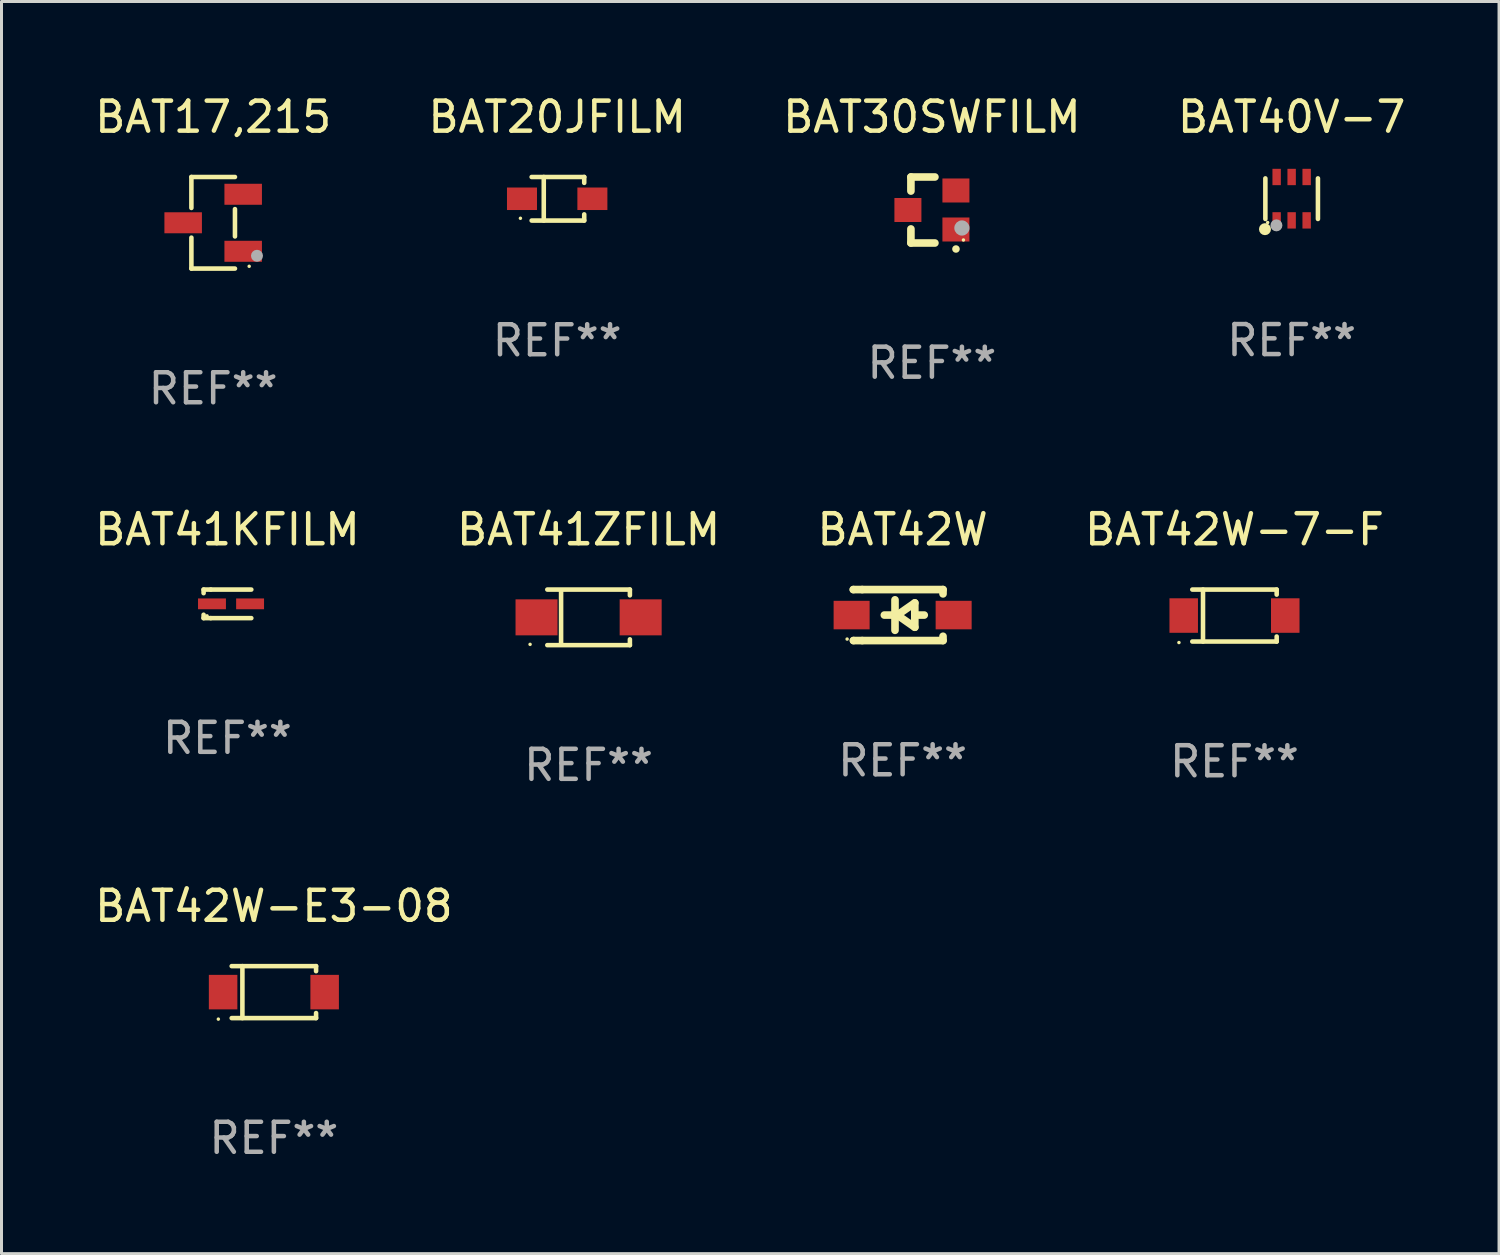
<source format=kicad_pcb>
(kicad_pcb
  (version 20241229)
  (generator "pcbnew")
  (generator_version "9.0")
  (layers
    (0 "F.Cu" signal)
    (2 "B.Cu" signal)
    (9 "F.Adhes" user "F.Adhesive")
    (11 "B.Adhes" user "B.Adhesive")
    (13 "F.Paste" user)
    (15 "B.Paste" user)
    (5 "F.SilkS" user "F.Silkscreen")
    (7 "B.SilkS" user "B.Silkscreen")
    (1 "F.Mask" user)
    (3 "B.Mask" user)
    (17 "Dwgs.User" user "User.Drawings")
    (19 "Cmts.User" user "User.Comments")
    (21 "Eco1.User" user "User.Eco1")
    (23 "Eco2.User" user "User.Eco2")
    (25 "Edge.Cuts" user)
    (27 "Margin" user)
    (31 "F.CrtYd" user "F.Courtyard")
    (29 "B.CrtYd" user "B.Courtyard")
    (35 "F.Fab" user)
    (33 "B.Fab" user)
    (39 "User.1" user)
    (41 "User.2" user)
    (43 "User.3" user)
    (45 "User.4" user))
  (footprint "BAT17,215"
    (layer "F.Cu")
    (at 4.054 4.374)
    (property "Reference" "BAT17,215" (at 0 -3.526 0) (layer "F.SilkS") (effects (font (size 1 1) (thickness 0.15))))
    (attr through_hole)
    (fp_line (start -0.726 -1.526) (end -0.726 -0.495) (stroke (width 0.152) (type solid)) (layer "F.SilkS"))
    (fp_line (start -0.726 1.526) (end -0.726 0.495) (stroke (width 0.152) (type solid)) (layer "F.SilkS"))
    (fp_line (start 0.726 -1.526) (end -0.726 -1.526) (stroke (width 0.152) (type solid)) (layer "F.SilkS"))
    (fp_line (start 0.726 -0.455) (end 0.726 0.455) (stroke (width 0.152) (type solid)) (layer "F.SilkS"))
    (fp_line (start 0.726 1.526) (end -0.726 1.526) (stroke (width 0.152) (type solid)) (layer "F.SilkS"))
    (fp_circle (center 1.2 1.45) (end 1.23 1.45) (stroke (width 0.06) (type solid)) (fill no) (layer "F.SilkS"))
    (fp_circle (center 1.46 1.1) (end 1.56 1.1) (stroke (width 0.2) (type solid)) (fill no) (layer "F.Fab"))
    (fp_text user "REF**" (at 0 5.526 0) (layer "F.Fab") (effects (font (size 1 1) (thickness 0.15))))
    (pad "1" smd rect (at 1 0.95) (size 1.25 0.7) (layers "F.Cu" "F.Mask" "F.Paste"))
    (pad "2" smd rect (at 1 -0.95) (size 1.25 0.7) (layers "F.Cu" "F.Mask" "F.Paste"))
    (pad "3" smd rect (at -1 0) (size 1.25 0.7) (layers "F.Cu" "F.Mask" "F.Paste")))
  (footprint "BAT30SWFILM"
    (layer "F.Cu")
    (at 28.006 3.948)
    (property "Reference" "BAT30SWFILM" (at 0 -3.1 0) (layer "F.SilkS") (effects (font (size 1 1) (thickness 0.15))))
    (attr through_hole)
    (fp_line (start -0.7 -1.1) (end 0.1 -1.1) (stroke (width 0.254) (type solid)) (layer "F.SilkS"))
    (fp_line (start -0.7 -0.631) (end -0.7 -1.1) (stroke (width 0.254) (type solid)) (layer "F.SilkS"))
    (fp_line (start -0.7 1.1) (end -0.7 0.631) (stroke (width 0.254) (type solid)) (layer "F.SilkS"))
    (fp_line (start -0.7 1.1) (end 0.1 1.1) (stroke (width 0.254) (type solid)) (layer "F.SilkS"))
    (fp_arc (start 0.8 1.3) (mid 0.80127 1.299994) (end 0.80254 1.3) (stroke (width 0.24892) (type solid)) (layer "F.SilkS"))
    (fp_circle (center 1.05 1) (end 1.08 1) (stroke (width 0.06) (type solid)) (fill no) (layer "F.SilkS"))
    (fp_circle (center 1 0.6) (end 1.127 0.6) (stroke (width 0.254) (type solid)) (fill no) (layer "F.Fab"))
    (fp_text user "REF**" (at 0 5.1 0) (layer "F.Fab") (effects (font (size 1 1) (thickness 0.15))))
    (pad "1" smd rect (at 0.8 0.65 90) (size 0.8 0.9) (layers "F.Cu" "F.Mask" "F.Paste"))
    (pad "2" smd rect (at 0.8 -0.65 90) (size 0.8 0.9) (layers "F.Cu" "F.Mask" "F.Paste"))
    (pad "3" smd rect (at -0.8 0 90) (size 0.8 0.9) (layers "F.Cu" "F.Mask" "F.Paste")))
  (footprint "BAT42W"
    (layer "F.Cu")
    (at 27.03 17.447)
    (property "Reference" "BAT42W" (at 0 -2.85 0) (layer "F.SilkS") (effects (font (size 1 1) (thickness 0.15))))
    (attr through_hole)
    (fp_line (start -1.643 -0.85) (end -1.644 -0.849) (stroke (width 0.254) (type solid)) (layer "F.SilkS"))
    (fp_line (start -1.638 0.85) (end -1.639 0.849) (stroke (width 0.254) (type solid)) (layer "F.SilkS"))
    (fp_line (start -1.346 -0.85) (end -1.643 -0.85) (stroke (width 0.254) (type solid)) (layer "F.SilkS"))
    (fp_line (start -1.346 -0.85) (end 1.346 -0.85) (stroke (width 0.254) (type solid)) (layer "F.SilkS"))
    (fp_line (start -1.346 0.85) (end -1.638 0.85) (stroke (width 0.254) (type solid)) (layer "F.SilkS"))
    (fp_line (start -0.28 0) (end -0.61 0) (stroke (width 0.254) (type solid)) (layer "F.SilkS"))
    (fp_line (start -0.254 -0.508) (end -0.254 0.508) (stroke (width 0.254) (type solid)) (layer "F.SilkS"))
    (fp_line (start -0.178 0) (end 0.406 -0.406) (stroke (width 0.254) (type solid)) (layer "F.SilkS"))
    (fp_line (start 0.406 -0.406) (end 0.406 0.406) (stroke (width 0.254) (type solid)) (layer "F.SilkS"))
    (fp_line (start 0.406 -0.000254) (end 0.72 -0.000254) (stroke (width 0.254) (type solid)) (layer "F.SilkS"))
    (fp_line (start 0.406 0.406) (end -0.178 0) (stroke (width 0.254) (type solid)) (layer "F.SilkS"))
    (fp_line (start 1.346 -0.85) (end 1.346 -0.706) (stroke (width 0.254) (type solid)) (layer "F.SilkS"))
    (fp_line (start 1.346 0.706) (end 1.346 0.85) (stroke (width 0.254) (type solid)) (layer "F.SilkS"))
    (fp_line (start 1.346 0.85) (end -1.346 0.85) (stroke (width 0.254) (type solid)) (layer "F.SilkS"))
    (fp_circle (center -1.85 0.8) (end -1.82 0.8) (stroke (width 0.06) (type solid)) (fill no) (layer "F.SilkS"))
    (fp_text user "REF**" (at 0 4.85 0) (layer "F.Fab") (effects (font (size 1 1) (thickness 0.15))))
    (pad "1" smd rect (at -1.7 0) (size 1.2 0.95) (layers "F.Cu" "F.Mask" "F.Paste"))
    (pad "2" smd rect (at 1.7 0) (size 1.2 0.95) (layers "F.Cu" "F.Mask" "F.Paste")))
  (footprint "BAT42W-7-F"
    (layer "F.Cu")
    (at 38.089 17.463)
    (property "Reference" "BAT42W-7-F" (at 0 -2.866 0) (layer "F.SilkS") (effects (font (size 1 1) (thickness 0.15))))
    (attr through_hole)
    (fp_line (start -1.406 -0.866) (end 1.406 -0.866) (stroke (width 0.152) (type solid)) (layer "F.SilkS"))
    (fp_line (start -1.406 0.866) (end 1.406 0.866) (stroke (width 0.152) (type solid)) (layer "F.SilkS"))
    (fp_line (start -1.049 -0.866) (end -1.049 0.866) (stroke (width 0.152) (type solid)) (layer "F.SilkS"))
    (fp_line (start 1.406 -0.866) (end 1.406 -0.698) (stroke (width 0.152) (type solid)) (layer "F.SilkS"))
    (fp_line (start 1.406 0.866) (end 1.406 0.698) (stroke (width 0.152) (type solid)) (layer "F.SilkS"))
    (fp_circle (center -1.851 0.9) (end -1.821 0.9) (stroke (width 0.06) (type solid)) (fill no) (layer "F.SilkS"))
    (fp_text user "REF**" (at 0 4.866 0) (layer "F.Fab") (effects (font (size 1 1) (thickness 0.15))))
    (pad "1" smd rect (at -1.692 0) (size 0.95 1.15) (layers "F.Cu" "F.Mask" "F.Paste"))
    (pad "2" smd rect (at 1.692 0) (size 0.95 1.15) (layers "F.Cu" "F.Mask" "F.Paste")))
  (footprint "BAT41KFILM"
    (layer "F.Cu")
    (at 4.53 17.073)
    (property "Reference" "BAT41KFILM" (at 0 -2.476 0) (layer "F.SilkS") (effects (font (size 1 1) (thickness 0.15))))
    (attr through_hole)
    (fp_line (start -0.795 -0.476) (end -0.795 -0.356) (stroke (width 0.152) (type solid)) (layer "F.SilkS"))
    (fp_line (start -0.795 0.363) (end -0.795 0.476) (stroke (width 0.152) (type solid)) (layer "F.SilkS"))
    (fp_line (start -0.795 0.476) (end -0.557 0.476) (stroke (width 0.152) (type solid)) (layer "F.SilkS"))
    (fp_line (start -0.557 -0.476) (end -0.795 -0.476) (stroke (width 0.152) (type solid)) (layer "F.SilkS"))
    (fp_line (start -0.557 -0.476) (end 0.795 -0.476) (stroke (width 0.152) (type solid)) (layer "F.SilkS"))
    (fp_line (start -0.557 0.476) (end 0.795 0.476) (stroke (width 0.152) (type solid)) (layer "F.SilkS"))
    (fp_circle (center -0.681 0.4) (end -0.651 0.4) (stroke (width 0.06) (type solid)) (fill no) (layer "F.SilkS"))
    (fp_text user "REF**" (at 0 4.476 0) (layer "F.Fab") (effects (font (size 1 1) (thickness 0.15))))
    (pad "1" smd rect (at -0.516 0 180) (size 0.93 0.36) (layers "F.Cu" "F.Mask" "F.Paste"))
    (pad "2" smd rect (at 0.754 0 180) (size 0.93 0.36) (layers "F.Cu" "F.Mask" "F.Paste")))
  (footprint "BAT42W-E3-08"
    (layer "F.Cu")
    (at 6.077 30.012)
    (property "Reference" "BAT42W-E3-08" (at 0 -2.866 0) (layer "F.SilkS") (effects (font (size 1 1) (thickness 0.15))))
    (attr through_hole)
    (fp_line (start -1.406 -0.866) (end 1.406 -0.866) (stroke (width 0.152) (type solid)) (layer "F.SilkS"))
    (fp_line (start -1.406 0.866) (end 1.406 0.866) (stroke (width 0.152) (type solid)) (layer "F.SilkS"))
    (fp_line (start -1.049 -0.866) (end -1.049 0.866) (stroke (width 0.152) (type solid)) (layer "F.SilkS"))
    (fp_line (start 1.406 -0.866) (end 1.406 -0.698) (stroke (width 0.152) (type solid)) (layer "F.SilkS"))
    (fp_line (start 1.406 0.866) (end 1.406 0.698) (stroke (width 0.152) (type solid)) (layer "F.SilkS"))
    (fp_circle (center -1.851 0.9) (end -1.821 0.9) (stroke (width 0.06) (type solid)) (fill no) (layer "F.SilkS"))
    (fp_text user "REF**" (at 0 4.866 0) (layer "F.Fab") (effects (font (size 1 1) (thickness 0.15))))
    (pad "1" smd rect (at -1.692 0) (size 0.95 1.15) (layers "F.Cu" "F.Mask" "F.Paste"))
    (pad "2" smd rect (at 1.692 0) (size 0.95 1.15) (layers "F.Cu" "F.Mask" "F.Paste")))
  (footprint "BAT41ZFILM"
    (layer "F.Cu")
    (at 16.565 17.523)
    (property "Reference" "BAT41ZFILM" (at 0 -2.926 0) (layer "F.SilkS") (effects (font (size 1 1) (thickness 0.15))))
    (attr through_hole)
    (fp_line (start -1.376 -0.926) (end 1.376 -0.926) (stroke (width 0.152) (type solid)) (layer "F.SilkS"))
    (fp_line (start -1.376 0.926) (end 1.376 0.926) (stroke (width 0.152) (type solid)) (layer "F.SilkS"))
    (fp_line (start -0.917 -0.876) (end -0.917 0.876) (stroke (width 0.152) (type solid)) (layer "F.SilkS"))
    (fp_line (start 1.376 -0.926) (end 1.376 -0.733) (stroke (width 0.152) (type solid)) (layer "F.SilkS"))
    (fp_line (start 1.376 0.926) (end 1.376 0.733) (stroke (width 0.152) (type solid)) (layer "F.SilkS"))
    (fp_circle (center -1.95 0.9) (end -1.92 0.9) (stroke (width 0.06) (type solid)) (fill no) (layer "F.SilkS"))
    (fp_text user "REF**" (at 0 4.926 0) (layer "F.Fab") (effects (font (size 1 1) (thickness 0.15))))
    (pad "1" smd rect (at -1.735 0) (size 1.4 1.2) (layers "F.Cu" "F.Mask" "F.Paste"))
    (pad "2" smd rect (at 1.735 0) (size 1.4 1.2) (layers "F.Cu" "F.Mask" "F.Paste")))
  (footprint "BAT40V-7"
    (layer "F.Cu")
    (at 39.994 3.571)
    (property "Reference" "BAT40V-7" (at 0 -2.723 0) (layer "F.SilkS") (effects (font (size 1 1) (thickness 0.15))))
    (attr through_hole)
    (fp_line (start -0.876 0.676) (end -0.876 -0.676) (stroke (width 0.152) (type solid)) (layer "F.SilkS"))
    (fp_line (start 0.876 0.676) (end 0.876 -0.676) (stroke (width 0.152) (type solid)) (layer "F.SilkS"))
    (fp_circle (center -0.889 1.016) (end -0.789 1.016) (stroke (width 0.2) (type solid)) (fill no) (layer "F.SilkS"))
    (fp_circle (center -0.8 0.795) (end -0.77 0.795) (stroke (width 0.06) (type solid)) (fill no) (layer "F.SilkS"))
    (fp_circle (center -0.508 0.889) (end -0.408 0.889) (stroke (width 0.2) (type solid)) (fill no) (layer "F.Fab"))
    (fp_text user "REF**" (at 0 4.723 0) (layer "F.Fab") (effects (font (size 1 1) (thickness 0.15))))
    (pad "1" smd rect (at -0.5 0.723) (size 0.28 0.545) (layers "F.Cu" "F.Mask" "F.Paste"))
    (pad "2" smd rect (at 0 0.723) (size 0.28 0.545) (layers "F.Cu" "F.Mask" "F.Paste"))
    (pad "3" smd rect (at 0.5 0.723) (size 0.28 0.545) (layers "F.Cu" "F.Mask" "F.Paste"))
    (pad "4" smd rect (at 0.5 -0.723) (size 0.28 0.545) (layers "F.Cu" "F.Mask" "F.Paste"))
    (pad "5" smd rect (at 0 -0.723) (size 0.28 0.545) (layers "F.Cu" "F.Mask" "F.Paste"))
    (pad "6" smd rect (at -0.5 -0.723) (size 0.28 0.545) (layers "F.Cu" "F.Mask" "F.Paste")))
  (footprint "BAT20JFILM"
    (layer "F.Cu")
    (at 15.518 3.574)
    (property "Reference" "BAT20JFILM" (at 0 -2.726 0) (layer "F.SilkS") (effects (font (size 1 1) (thickness 0.15))))
    (attr through_hole)
    (fp_line (start -0.851 -0.726) (end 0.901 -0.726) (stroke (width 0.152) (type solid)) (layer "F.SilkS"))
    (fp_line (start -0.851 0.726) (end 0.901 0.726) (stroke (width 0.152) (type solid)) (layer "F.SilkS"))
    (fp_line (start -0.447 -0.726) (end -0.447 0.726) (stroke (width 0.152) (type solid)) (layer "F.SilkS"))
    (fp_line (start 0.901 -0.726) (end 0.901 -0.53) (stroke (width 0.152) (type solid)) (layer "F.SilkS"))
    (fp_line (start 0.901 0.726) (end 0.901 0.52) (stroke (width 0.152) (type solid)) (layer "F.SilkS"))
    (fp_circle (center -1.225 0.65) (end -1.195 0.65) (stroke (width 0.06) (type solid)) (fill no) (layer "F.SilkS"))
    (fp_text user "REF**" (at 0 4.726 0) (layer "F.Fab") (effects (font (size 1 1) (thickness 0.15))))
    (pad "1" smd rect (at -1.173 0) (size 1 0.75) (layers "F.Cu" "F.Mask" "F.Paste"))
    (pad "2" smd rect (at 1.173 0) (size 1 0.75) (layers "F.Cu" "F.Mask" "F.Paste")))
  (gr_rect
    (start -3 -3)
    (end 46.905 38.727)
    (stroke (width 0.1) (type default))
    (fill no)
    (layer "Edge.Cuts")))
</source>
